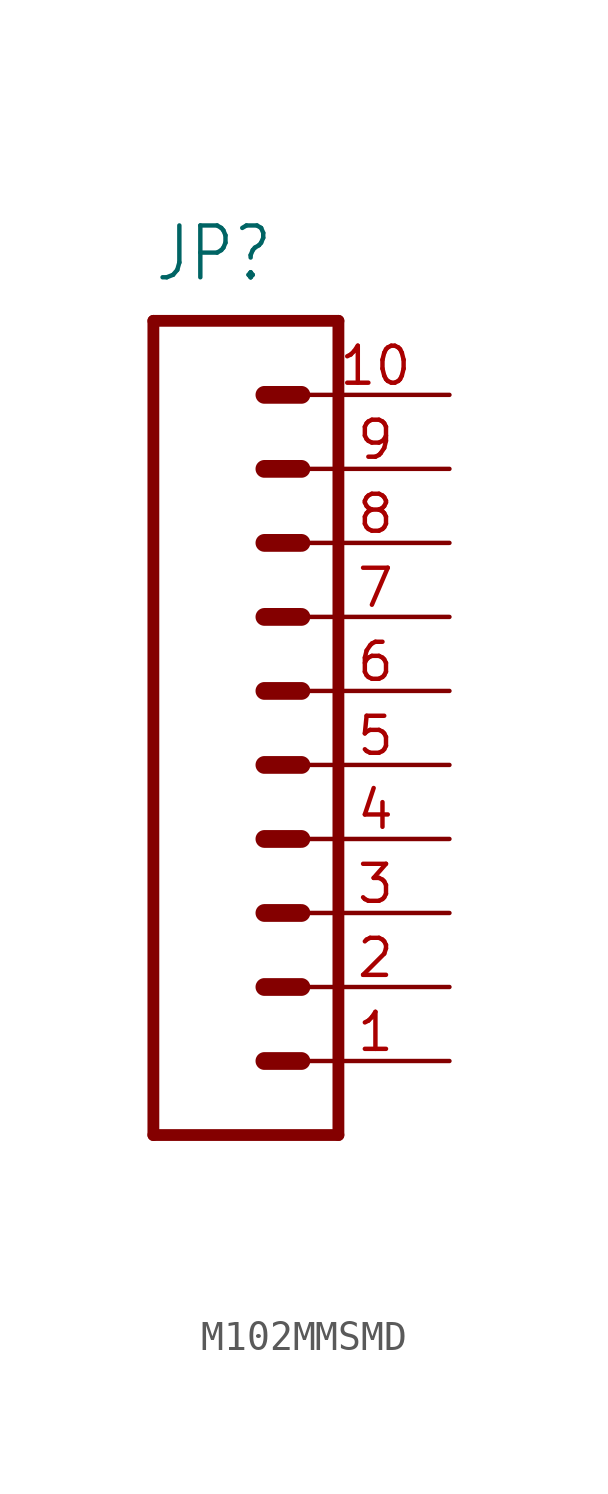
<source format=kicad_sym>
(kicad_symbol_lib
  (version 20220914)
  (generator kicad_symbol_editor)
  (symbol "M102MMSMD"
    (property "Reference" "JP"
      (at 0 8.89 0)
      (effects (font (size 1.778 1.511)) (justify left bottom)))
    (property "Value" ""
      (at 0 -22.86 0)
      (effects (font (size 1.778 1.511)) (justify left bottom)))
    (property "ki_locked" ""
      (at 0 0 0)
      (effects (font (size 1.27 1.27))))
    (symbol "M102MMSMD_1_0"
      (polyline (pts (xy 0 7.62) (xy 0 -20.32)) (stroke (width 0.406) (type solid)) (fill (type none)))
      (polyline (pts (xy 0 7.62) (xy 6.35 7.62)) (stroke (width 0.406) (type solid)) (fill (type none)))
      (polyline (pts (xy 3.81 -17.78) (xy 5.08 -17.78)) (stroke (width 0.61) (type solid)) (fill (type none)))
      (polyline (pts (xy 3.81 -15.24) (xy 5.08 -15.24)) (stroke (width 0.61) (type solid)) (fill (type none)))
      (polyline (pts (xy 3.81 -12.7) (xy 5.08 -12.7)) (stroke (width 0.61) (type solid)) (fill (type none)))
      (polyline (pts (xy 3.81 -10.16) (xy 5.08 -10.16)) (stroke (width 0.61) (type solid)) (fill (type none)))
      (polyline (pts (xy 3.81 -7.62) (xy 5.08 -7.62)) (stroke (width 0.61) (type solid)) (fill (type none)))
      (polyline (pts (xy 3.81 -5.08) (xy 5.08 -5.08)) (stroke (width 0.61) (type solid)) (fill (type none)))
      (polyline (pts (xy 3.81 -2.54) (xy 5.08 -2.54)) (stroke (width 0.61) (type solid)) (fill (type none)))
      (polyline (pts (xy 3.81 0) (xy 5.08 0)) (stroke (width 0.61) (type solid)) (fill (type none)))
      (polyline (pts (xy 3.81 2.54) (xy 5.08 2.54)) (stroke (width 0.61) (type solid)) (fill (type none)))
      (polyline (pts (xy 3.81 5.08) (xy 5.08 5.08)) (stroke (width 0.61) (type solid)) (fill (type none)))
      (polyline (pts (xy 6.35 -20.32) (xy 0 -20.32)) (stroke (width 0.406) (type solid)) (fill (type none)))
      (polyline (pts (xy 6.35 -20.32) (xy 6.35 7.62)) (stroke (width 0.406) (type solid)) (fill (type none)))
      (pin passive line (at 10.16 -17.78 180) (length 5.08) (name "1" (effects (font (size 0 0)))) (number "1" (effects (font (size 1.27 1.27)))))
      (pin passive line (at 10.16 5.08 180) (length 5.08) (name "10" (effects (font (size 0 0)))) (number "10" (effects (font (size 1.27 1.27)))))
      (pin passive line (at 10.16 -15.24 180) (length 5.08) (name "2" (effects (font (size 0 0)))) (number "2" (effects (font (size 1.27 1.27)))))
      (pin passive line (at 10.16 -12.7 180) (length 5.08) (name "3" (effects (font (size 0 0)))) (number "3" (effects (font (size 1.27 1.27)))))
      (pin passive line (at 10.16 -10.16 180) (length 5.08) (name "4" (effects (font (size 0 0)))) (number "4" (effects (font (size 1.27 1.27)))))
      (pin passive line (at 10.16 -7.62 180) (length 5.08) (name "5" (effects (font (size 0 0)))) (number "5" (effects (font (size 1.27 1.27)))))
      (pin passive line (at 10.16 -5.08 180) (length 5.08) (name "6" (effects (font (size 0 0)))) (number "6" (effects (font (size 1.27 1.27)))))
      (pin passive line (at 10.16 -2.54 180) (length 5.08) (name "7" (effects (font (size 0 0)))) (number "7" (effects (font (size 1.27 1.27)))))
      (pin passive line (at 10.16 0 180) (length 5.08) (name "8" (effects (font (size 0 0)))) (number "8" (effects (font (size 1.27 1.27)))))
      (pin passive line (at 10.16 2.54 180) (length 5.08) (name "9" (effects (font (size 0 0)))) (number "9" (effects (font (size 1.27 1.27))))))))
</source>
